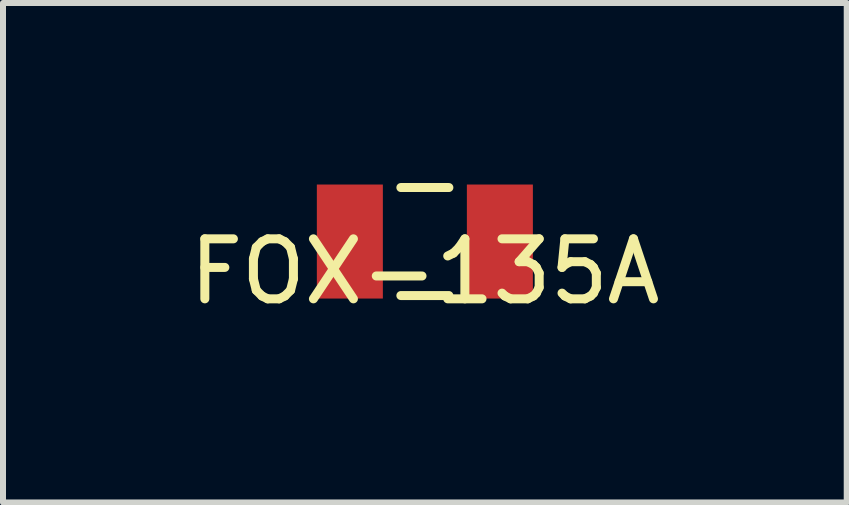
<source format=kicad_pcb>
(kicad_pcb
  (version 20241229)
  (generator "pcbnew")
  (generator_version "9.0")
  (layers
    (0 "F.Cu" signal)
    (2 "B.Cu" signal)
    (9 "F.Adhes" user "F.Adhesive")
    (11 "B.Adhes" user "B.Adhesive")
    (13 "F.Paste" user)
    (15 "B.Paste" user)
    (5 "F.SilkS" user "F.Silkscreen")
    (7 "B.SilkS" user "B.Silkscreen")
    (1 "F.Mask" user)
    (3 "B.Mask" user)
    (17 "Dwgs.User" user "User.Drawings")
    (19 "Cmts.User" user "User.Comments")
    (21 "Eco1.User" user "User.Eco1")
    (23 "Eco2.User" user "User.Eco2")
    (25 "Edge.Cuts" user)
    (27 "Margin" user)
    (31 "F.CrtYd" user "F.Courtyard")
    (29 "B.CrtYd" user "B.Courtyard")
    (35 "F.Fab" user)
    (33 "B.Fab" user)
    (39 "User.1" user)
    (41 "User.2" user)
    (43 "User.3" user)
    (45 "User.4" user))
  (footprint "FOX-135A"
    (layer "F.Cu")
    (at 4.03 0.975)
    (property "Reference" "FOX-135A" (at 0 0.5 0) (layer "F.SilkS") (effects (font (size 1 1) (thickness 0.15))))
    (attr through_hole)
    (fp_line (start -0.4 -0.9) (end 0.4 -0.9) (stroke (width 0.15) (type solid)) (layer "F.SilkS"))
    (fp_line (start 0.4 0.9) (end -0.4 0.9) (stroke (width 0.15) (type solid)) (layer "F.SilkS"))
    (pad "1" smd rect (at -1.25 0) (size 1.1 1.9) (layers "F.Cu" "F.Mask" "F.Paste"))
    (pad "2" smd rect (at 1.25 0) (size 1.1 1.9) (layers "F.Cu" "F.Mask" "F.Paste")))
  (gr_rect
    (start -3 -3)
    (end 11.06 5.323)
    (stroke (width 0.1) (type default))
    (fill no)
    (layer "Edge.Cuts")))
</source>
